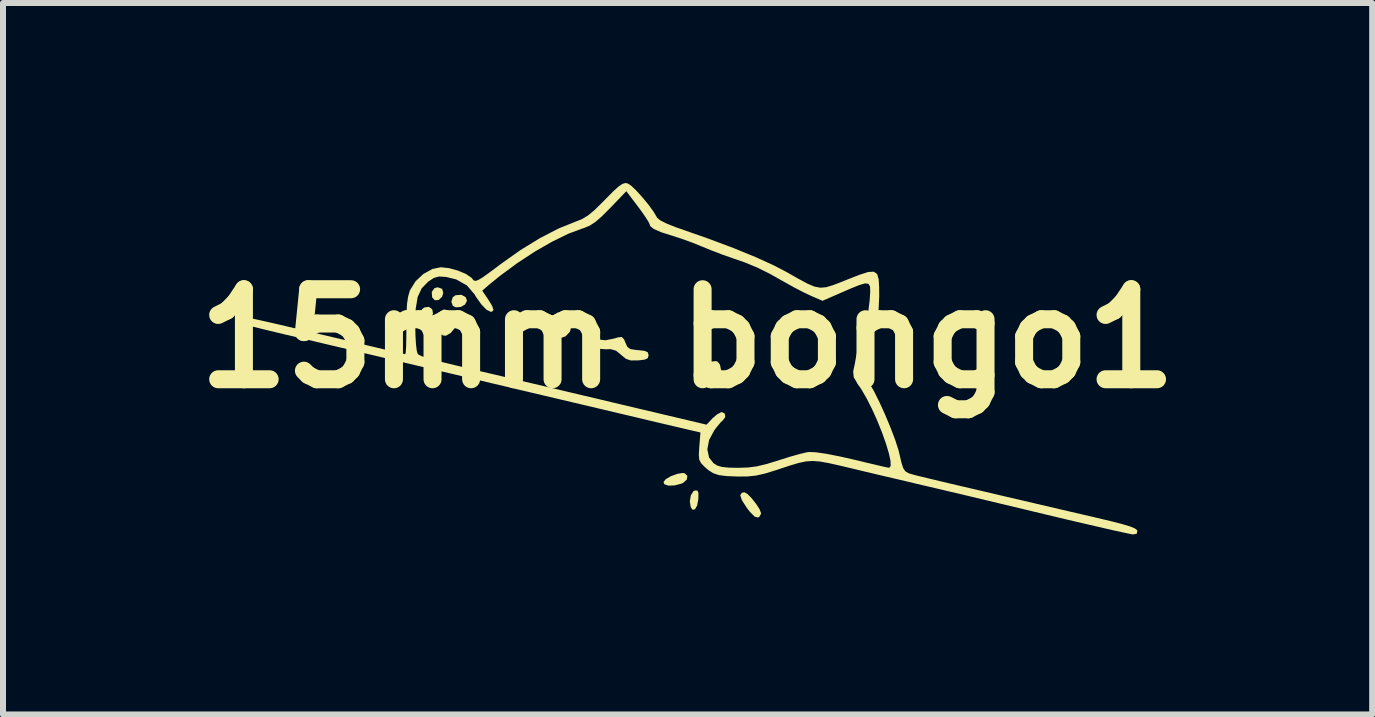
<source format=kicad_pcb>
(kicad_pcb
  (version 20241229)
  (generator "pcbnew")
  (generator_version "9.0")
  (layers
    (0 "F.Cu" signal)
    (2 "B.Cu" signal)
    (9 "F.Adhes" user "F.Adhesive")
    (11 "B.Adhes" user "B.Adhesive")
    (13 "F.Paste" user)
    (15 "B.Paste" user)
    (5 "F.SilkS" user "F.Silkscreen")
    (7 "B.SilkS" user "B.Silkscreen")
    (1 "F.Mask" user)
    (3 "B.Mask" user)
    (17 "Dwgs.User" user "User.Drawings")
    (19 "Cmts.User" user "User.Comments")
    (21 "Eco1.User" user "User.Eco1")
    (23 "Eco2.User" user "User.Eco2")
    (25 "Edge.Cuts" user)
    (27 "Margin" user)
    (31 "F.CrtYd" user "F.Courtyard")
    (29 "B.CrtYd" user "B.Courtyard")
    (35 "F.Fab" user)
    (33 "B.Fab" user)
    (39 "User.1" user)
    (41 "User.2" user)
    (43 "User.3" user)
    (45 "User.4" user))
  (footprint "15mm bongo1"
    (layer "F.Cu")
    (at 8.407 2.591)
    (property "Reference" "15mm bongo1" (at 0 0 0) (layer "F.SilkS") (effects (font (size 1.5 1.5) (thickness 0.3))))
    (attr board_only exclude_from_pos_files exclude_from_bom)
    (fp_poly (pts (xy -4.09 -0.828) (xy -4.071 -0.759) (xy -4.091 -0.696) (xy -4.148 -0.641) (xy -4.214 -0.639) (xy -4.257 -0.687) (xy -4.263 -0.777) (xy -4.217 -0.84) (xy -4.163 -0.854)) (stroke (width 0) (type solid)) (fill yes) (layer "F.SilkS"))
    (fp_poly (pts (xy -4.254 -0.486) (xy -4.242 -0.416) (xy -4.257 -0.38) (xy -4.321 -0.314) (xy -4.388 -0.322) (xy -4.411 -0.341) (xy -4.454 -0.42) (xy -4.424 -0.491) (xy -4.386 -0.518) (xy -4.309 -0.528)) (stroke (width 0) (type solid)) (fill yes) (layer "F.SilkS"))
    (fp_poly (pts (xy -3.698 -0.69) (xy -3.676 -0.631) (xy -3.708 -0.567) (xy -3.781 -0.526) (xy -3.863 -0.52) (xy -3.912 -0.545) (xy -3.937 -0.614) (xy -3.913 -0.688) (xy -3.867 -0.722) (xy -3.769 -0.729)) (stroke (width 0) (type solid)) (fill yes) (layer "F.SilkS"))
    (fp_poly (pts (xy 0.165 2.534) (xy 0.181 2.573) (xy 0.179 2.668) (xy 0.179 2.677) (xy 0.159 2.782) (xy 0.124 2.844) (xy 0.084 2.854) (xy 0.053 2.81) (xy 0.037 2.711) (xy 0.054 2.613) (xy 0.096 2.545) (xy 0.123 2.532)) (stroke (width 0) (type solid)) (fill yes) (layer "F.SilkS"))
    (fp_poly (pts (xy -2.06 -0.433) (xy -1.978 -0.375) (xy -1.934 -0.269) (xy -1.931 -0.226) (xy -1.96 -0.114) (xy -2.034 -0.036) (xy -2.132 -0.003) (xy -2.234 -0.023) (xy -2.281 -0.058) (xy -2.333 -0.157) (xy -2.326 -0.272) (xy -2.265 -0.371) (xy -2.162 -0.434)) (stroke (width 0) (type solid)) (fill yes) (layer "F.SilkS"))
    (fp_poly (pts (xy -0.048 2.245) (xy -0.003 2.289) (xy -0.014 2.351) (xy -0.075 2.405) (xy -0.095 2.415) (xy -0.215 2.447) (xy -0.318 2.451) (xy -0.386 2.429) (xy -0.402 2.39) (xy -0.361 2.341) (xy -0.276 2.293) (xy -0.173 2.255) (xy -0.082 2.24)) (stroke (width 0) (type solid)) (fill yes) (layer "F.SilkS"))
    (fp_poly (pts (xy -3.95 -0.452) (xy -3.888 -0.374) (xy -3.864 -0.273) (xy -3.883 -0.171) (xy -3.945 -0.095) (xy -4.025 -0.047) (xy -4.078 -0.051) (xy -4.132 -0.11) (xy -4.138 -0.12) (xy -4.189 -0.234) (xy -4.191 -0.345) (xy -4.151 -0.433) (xy -4.072 -0.48) (xy -4.043 -0.483)) (stroke (width 0) (type solid)) (fill yes) (layer "F.SilkS"))
    (fp_poly (pts (xy 0.499 0.384) (xy 0.539 0.434) (xy 0.558 0.526) (xy 0.556 0.63) (xy 0.534 0.718) (xy 0.498 0.757) (xy 0.368 0.777) (xy 0.262 0.727) (xy 0.246 0.711) (xy 0.21 0.625) (xy 0.229 0.53) (xy 0.289 0.445) (xy 0.374 0.387) (xy 0.471 0.376)) (stroke (width 0) (type solid)) (fill yes) (layer "F.SilkS"))
    (fp_poly (pts (xy 0.999 2.591) (xy 1.068 2.662) (xy 1.141 2.754) (xy 1.199 2.844) (xy 1.225 2.912) (xy 1.225 2.917) (xy 1.196 2.969) (xy 1.172 2.983) (xy 1.116 2.966) (xy 1.035 2.884) (xy 0.985 2.819) (xy 0.904 2.692) (xy 0.877 2.61) (xy 0.905 2.569) (xy 0.949 2.562)) (stroke (width 0) (type solid)) (fill yes) (layer "F.SilkS"))
    (fp_poly (pts (xy -1.532 -0.084) (xy -1.503 -0.033) (xy -1.46 0.018) (xy -1.37 0.029) (xy -1.228 0.001) (xy -1.16 -0.019) (xy -1.097 -0.026) (xy -1.058 0.014) (xy -1.036 0.068) (xy -1.004 0.139) (xy -0.954 0.175) (xy -0.862 0.19) (xy -0.823 0.193) (xy -0.716 0.205) (xy -0.664 0.229) (xy -0.65 0.274) (xy -0.65 0.279) (xy -0.662 0.325) (xy -0.709 0.35) (xy -0.811 0.363) (xy -0.827 0.364) (xy -0.946 0.365) (xy -1.026 0.339) (xy -1.102 0.277) (xy -1.108 0.271) (xy -1.192 0.203) (xy -1.279 0.177) (xy -1.371 0.179) (xy -1.52 0.166) (xy -1.622 0.106) (xy -1.669 0.006) (xy -1.671 -0.024) (xy -1.647 -0.092) (xy -1.591 -0.113)) (stroke (width 0) (type solid)) (fill yes) (layer "F.SilkS"))
    (fp_poly (pts (xy -1 -2.586) (xy -0.94 -2.547) (xy -0.853 -2.464) (xy -0.752 -2.352) (xy -0.651 -2.23) (xy -0.566 -2.112) (xy -0.509 -2.016) (xy -0.509 -2.014) (xy -0.458 -1.971) (xy -0.348 -1.915) (xy -0.189 -1.852) (xy -0.137 -1.834) (xy 0.34 -1.667) (xy 0.765 -1.508) (xy 1.134 -1.357) (xy 1.439 -1.218) (xy 1.655 -1.105) (xy 1.852 -0.993) (xy 1.999 -0.914) (xy 2.113 -0.866) (xy 2.211 -0.847) (xy 2.308 -0.855) (xy 2.422 -0.889) (xy 2.568 -0.945) (xy 2.669 -0.986) (xy 2.869 -1.064) (xy 3.01 -1.109) (xy 3.103 -1.114) (xy 3.158 -1.076) (xy 3.184 -0.988) (xy 3.192 -0.846) (xy 3.193 -0.708) (xy 3.183 -0.488) (xy 3.152 -0.301) (xy 3.101 -0.133) (xy 3.051 0.024) (xy 3.009 0.181) (xy 2.986 0.294) (xy 2.965 0.408) (xy 2.943 0.495) (xy 2.934 0.515) (xy 2.939 0.576) (xy 2.986 0.677) (xy 3.027 0.743) (xy 3.105 0.876) (xy 3.196 1.059) (xy 3.292 1.27) (xy 3.383 1.488) (xy 3.46 1.692) (xy 3.514 1.86) (xy 3.527 1.912) (xy 3.562 2.063) (xy 3.592 2.158) (xy 3.629 2.213) (xy 3.684 2.245) (xy 3.762 2.268) (xy 3.846 2.29) (xy 4.001 2.327) (xy 4.226 2.381) (xy 4.518 2.45) (xy 4.878 2.534) (xy 5.303 2.634) (xy 5.792 2.748) (xy 6.344 2.877) (xy 6.814 2.986) (xy 7.061 3.045) (xy 7.244 3.092) (xy 7.37 3.13) (xy 7.449 3.162) (xy 7.487 3.19) (xy 7.494 3.205) (xy 7.483 3.253) (xy 7.42 3.264) (xy 7.366 3.254) (xy 7.247 3.229) (xy 7.074 3.191) (xy 6.854 3.14) (xy 6.595 3.08) (xy 6.307 3.013) (xy 5.998 2.939) (xy 5.96 2.93) (xy 5.623 2.849) (xy 5.285 2.768) (xy 4.957 2.69) (xy 4.653 2.617) (xy 4.385 2.554) (xy 4.166 2.502) (xy 4.029 2.47) (xy 3.798 2.416) (xy 3.521 2.35) (xy 3.226 2.281) (xy 2.939 2.213) (xy 2.782 2.175) (xy 2.537 2.117) (xy 2.35 2.075) (xy 2.204 2.049) (xy 2.083 2.04) (xy 1.972 2.047) (xy 1.854 2.072) (xy 1.715 2.113) (xy 1.539 2.171) (xy 1.486 2.189) (xy 1.295 2.248) (xy 1.142 2.283) (xy 0.998 2.298) (xy 0.836 2.299) (xy 0.653 2.292) (xy 0.524 2.276) (xy 0.43 2.245) (xy 0.348 2.194) (xy 0.283 2.137) (xy 0.225 2.077) (xy 0.195 2.02) (xy 0.187 1.941) (xy 0.194 1.815) (xy 0.195 1.801) (xy 0.214 1.565) (xy 0.023 1.521) (xy -0.074 1.498) (xy -0.228 1.462) (xy -0.424 1.416) (xy -0.645 1.364) (xy -0.854 1.314) (xy -1.107 1.254) (xy -1.416 1.181) (xy -1.772 1.097) (xy -2.166 1.004) (xy -2.59 0.904) (xy -3.034 0.799) (xy -3.489 0.691) (xy -3.947 0.583) (xy -4.398 0.477) (xy -4.833 0.374) (xy -5.244 0.277) (xy -5.621 0.188) (xy -5.956 0.109) (xy -6.239 0.042) (xy -6.462 -0.01) (xy -6.517 -0.023) (xy -6.834 -0.098) (xy -7.082 -0.158) (xy -7.268 -0.205) (xy -7.394 -0.239) (xy -7.467 -0.262) (xy -7.489 -0.273) (xy -7.499 -0.32) (xy -7.495 -0.343) (xy -7.491 -0.353) (xy -7.481 -0.361) (xy -7.46 -0.364) (xy -7.422 -0.361) (xy -7.362 -0.353) (xy -7.275 -0.337) (xy -7.156 -0.312) (xy -6.999 -0.277) (xy -6.799 -0.231) (xy -6.551 -0.173) (xy -6.25 -0.102) (xy -5.89 -0.017) (xy -5.466 0.083) (xy -5.193 0.148) (xy -5.016 0.19) (xy -4.867 0.225) (xy -4.758 0.249) (xy -4.706 0.26) (xy -4.703 0.26) (xy -4.696 0.225) (xy -4.69 0.13) (xy -4.687 -0.01) (xy -4.686 -0.183) (xy -4.686 -0.195) (xy -4.685 -0.25) (xy -4.538 -0.25) (xy -4.535 -0.064) (xy -4.526 0.093) (xy -4.512 0.207) (xy -4.497 0.255) (xy -4.475 0.273) (xy -4.427 0.295) (xy -4.346 0.321) (xy -4.226 0.356) (xy -4.061 0.399) (xy -3.843 0.452) (xy -3.568 0.518) (xy -3.229 0.597) (xy -3.101 0.627) (xy -2.986 0.654) (xy -2.812 0.695) (xy -2.591 0.747) (xy -2.335 0.807) (xy -2.058 0.873) (xy -1.771 0.941) (xy -1.745 0.947) (xy -1.444 1.018) (xy -1.138 1.091) (xy -0.843 1.161) (xy -0.575 1.224) (xy -0.348 1.278) (xy -0.186 1.316) (xy 0.316 1.435) (xy 0.414 1.33) (xy 0.493 1.262) (xy 0.561 1.227) (xy 0.572 1.225) (xy 0.621 1.252) (xy 0.628 1.308) (xy 0.592 1.357) (xy 0.548 1.4) (xy 0.481 1.481) (xy 0.443 1.532) (xy 0.358 1.691) (xy 0.329 1.847) (xy 0.358 1.983) (xy 0.432 2.077) (xy 0.496 2.117) (xy 0.576 2.14) (xy 0.692 2.151) (xy 0.835 2.154) (xy 1.001 2.149) (xy 1.151 2.13) (xy 1.312 2.092) (xy 1.512 2.031) (xy 1.53 2.025) (xy 1.7 1.971) (xy 1.855 1.927) (xy 1.973 1.898) (xy 2.027 1.89) (xy 2.139 1.895) (xy 2.31 1.92) (xy 2.544 1.966) (xy 2.843 2.034) (xy 2.977 2.067) (xy 3.132 2.103) (xy 3.257 2.133) (xy 3.338 2.15) (xy 3.358 2.154) (xy 3.384 2.123) (xy 3.381 2.036) (xy 3.352 1.906) (xy 3.303 1.744) (xy 3.238 1.561) (xy 3.16 1.368) (xy 3.074 1.177) (xy 2.984 0.999) (xy 2.895 0.845) (xy 2.832 0.752) (xy 2.769 0.647) (xy 2.759 0.553) (xy 2.763 0.529) (xy 2.787 0.418) (xy 2.808 0.297) (xy 2.832 0.196) (xy 2.872 0.056) (xy 2.921 -0.093) (xy 2.972 -0.271) (xy 3.014 -0.476) (xy 3.034 -0.641) (xy 3.043 -0.776) (xy 3.04 -0.866) (xy 3.014 -0.913) (xy 2.956 -0.919) (xy 2.855 -0.889) (xy 2.7 -0.826) (xy 2.593 -0.779) (xy 2.248 -0.629) (xy 2.062 -0.709) (xy 1.935 -0.769) (xy 1.778 -0.85) (xy 1.623 -0.937) (xy 1.615 -0.941) (xy 1.372 -1.078) (xy 1.16 -1.183) (xy 0.952 -1.269) (xy 0.761 -1.335) (xy 0.584 -1.397) (xy 0.388 -1.472) (xy 0.242 -1.532) (xy 0.074 -1.6) (xy -0.107 -1.665) (xy -0.244 -1.709) (xy -0.438 -1.771) (xy -0.563 -1.825) (xy -0.624 -1.875) (xy -0.631 -1.9) (xy -0.652 -1.946) (xy -0.709 -2.035) (xy -0.79 -2.15) (xy -0.826 -2.198) (xy -1.021 -2.455) (xy -1.294 -2.171) (xy -1.432 -2.033) (xy -1.539 -1.941) (xy -1.633 -1.88) (xy -1.73 -1.84) (xy -1.758 -1.832) (xy -1.988 -1.746) (xy -2.254 -1.616) (xy -2.542 -1.451) (xy -2.835 -1.259) (xy -3.12 -1.049) (xy -3.299 -0.904) (xy -3.422 -0.798) (xy -3.326 -0.657) (xy -3.256 -0.543) (xy -3.234 -0.476) (xy -3.259 -0.448) (xy -3.28 -0.446) (xy -3.347 -0.477) (xy -3.432 -0.563) (xy -3.523 -0.69) (xy -3.55 -0.736) (xy -3.677 -0.885) (xy -3.855 -0.985) (xy -4.021 -1.026) (xy -4.139 -1.034) (xy -4.226 -1.011) (xy -4.321 -0.949) (xy -4.431 -0.836) (xy -4.498 -0.692) (xy -4.53 -0.5) (xy -4.533 -0.446) (xy -4.538 -0.25) (xy -4.685 -0.25) (xy -4.684 -0.415) (xy -4.675 -0.578) (xy -4.657 -0.699) (xy -4.629 -0.796) (xy -4.623 -0.809) (xy -4.534 -0.953) (xy -4.403 -1.076) (xy -4.252 -1.159) (xy -4.113 -1.188) (xy -3.974 -1.173) (xy -3.826 -1.132) (xy -3.693 -1.076) (xy -3.601 -1.013) (xy -3.587 -0.996) (xy -3.564 -0.969) (xy -3.535 -0.96) (xy -3.491 -0.974) (xy -3.421 -1.015) (xy -3.314 -1.091) (xy -3.162 -1.204) (xy -3.114 -1.241) (xy -2.785 -1.474) (xy -2.457 -1.675) (xy -2.147 -1.835) (xy -1.868 -1.947) (xy -1.863 -1.949) (xy -1.76 -1.99) (xy -1.663 -2.048) (xy -1.557 -2.135) (xy -1.425 -2.264) (xy -1.378 -2.312) (xy -1.248 -2.444) (xy -1.156 -2.529) (xy -1.09 -2.575) (xy -1.04 -2.591)) (stroke (width 0) (type solid)) (fill yes) (layer "F.SilkS")))
  (gr_rect
    (start -3 -3)
    (end 19.814 8.855)
    (stroke (width 0.1) (type default))
    (fill no)
    (layer "Edge.Cuts")))
</source>
